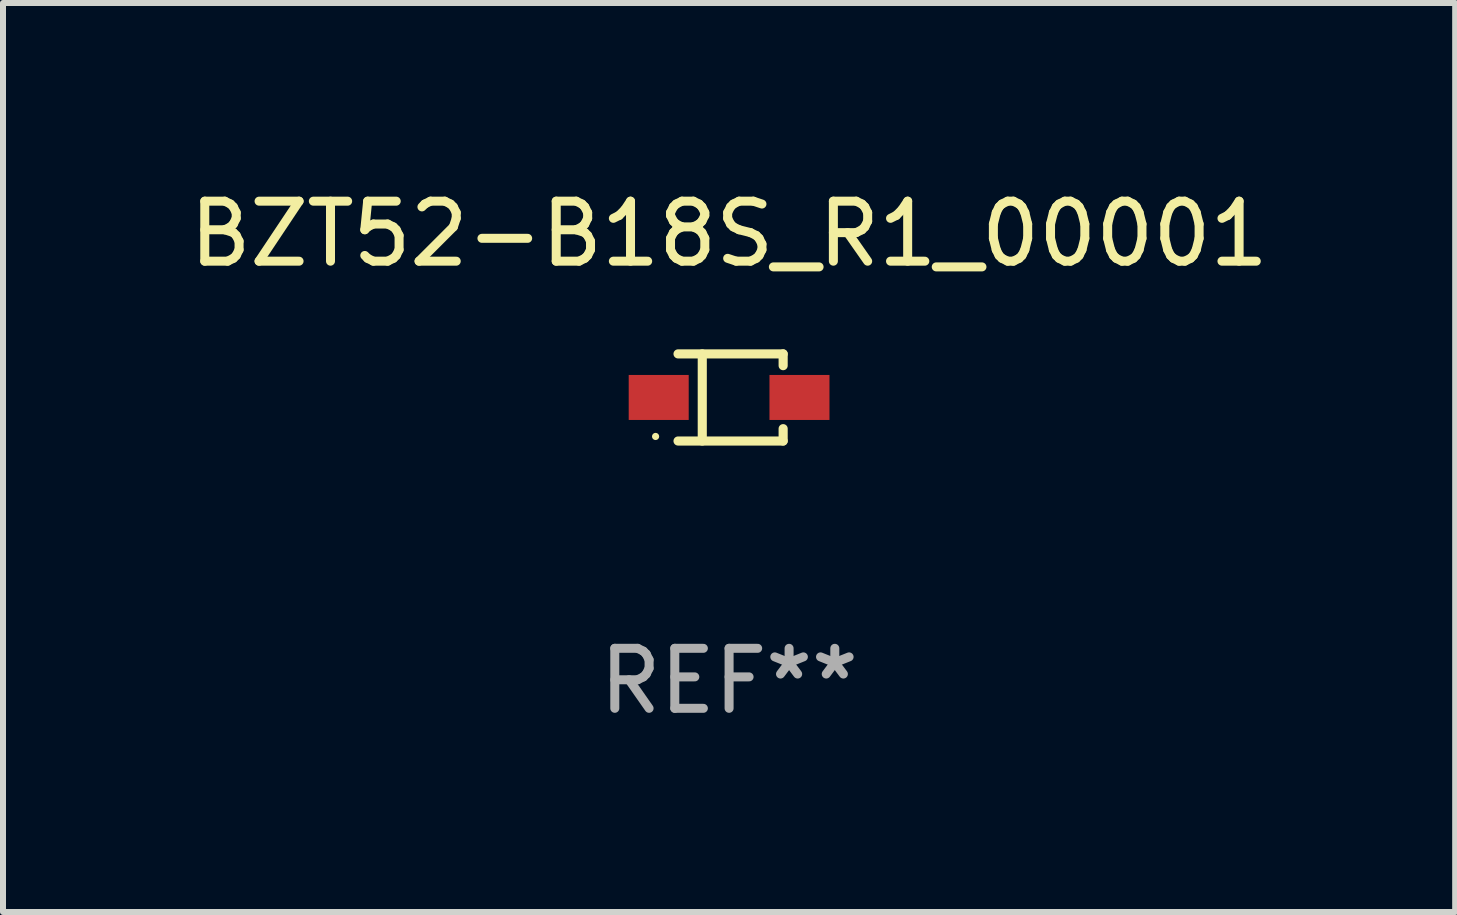
<source format=kicad_pcb>
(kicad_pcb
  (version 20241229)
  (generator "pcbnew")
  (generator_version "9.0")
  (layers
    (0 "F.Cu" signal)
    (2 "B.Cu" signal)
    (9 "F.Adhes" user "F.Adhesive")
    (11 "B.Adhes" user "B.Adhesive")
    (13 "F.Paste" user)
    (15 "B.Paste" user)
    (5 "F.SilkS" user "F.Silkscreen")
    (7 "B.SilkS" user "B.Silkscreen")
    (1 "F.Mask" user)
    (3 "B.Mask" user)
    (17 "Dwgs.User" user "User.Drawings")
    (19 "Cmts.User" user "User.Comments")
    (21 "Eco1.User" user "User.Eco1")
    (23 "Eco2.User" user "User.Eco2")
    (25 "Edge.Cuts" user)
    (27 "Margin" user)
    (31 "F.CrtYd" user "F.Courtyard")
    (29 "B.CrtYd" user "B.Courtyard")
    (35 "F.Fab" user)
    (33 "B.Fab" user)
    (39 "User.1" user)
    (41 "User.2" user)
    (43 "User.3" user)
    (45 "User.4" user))
  (footprint "BZT52-B18S_R1_00001"
    (layer "F.Cu")
    (at 9.101 3.574)
    (property "Reference" "BZT52-B18S_R1_00001" (at 0 -2.726 0) (layer "F.SilkS") (effects (font (size 1 1) (thickness 0.15))))
    (attr through_hole)
    (fp_line (start -0.851 -0.726) (end 0.901 -0.726) (stroke (width 0.152) (type solid)) (layer "F.SilkS"))
    (fp_line (start -0.851 0.726) (end 0.901 0.726) (stroke (width 0.152) (type solid)) (layer "F.SilkS"))
    (fp_line (start -0.447 -0.726) (end -0.447 0.726) (stroke (width 0.152) (type solid)) (layer "F.SilkS"))
    (fp_line (start 0.901 -0.726) (end 0.901 -0.53) (stroke (width 0.152) (type solid)) (layer "F.SilkS"))
    (fp_line (start 0.901 0.726) (end 0.901 0.52) (stroke (width 0.152) (type solid)) (layer "F.SilkS"))
    (fp_circle (center -1.225 0.65) (end -1.195 0.65) (stroke (width 0.06) (type solid)) (fill no) (layer "F.SilkS"))
    (fp_text user "REF**" (at 0 4.726 0) (layer "F.Fab") (effects (font (size 1 1) (thickness 0.15))))
    (pad "1" smd rect (at -1.173 0) (size 1 0.75) (layers "F.Cu" "F.Mask" "F.Paste"))
    (pad "2" smd rect (at 1.173 0) (size 1 0.75) (layers "F.Cu" "F.Mask" "F.Paste")))
  (gr_rect
    (start -3 -3)
    (end 21.202 12.149)
    (stroke (width 0.1) (type default))
    (fill no)
    (layer "Edge.Cuts")))
</source>
